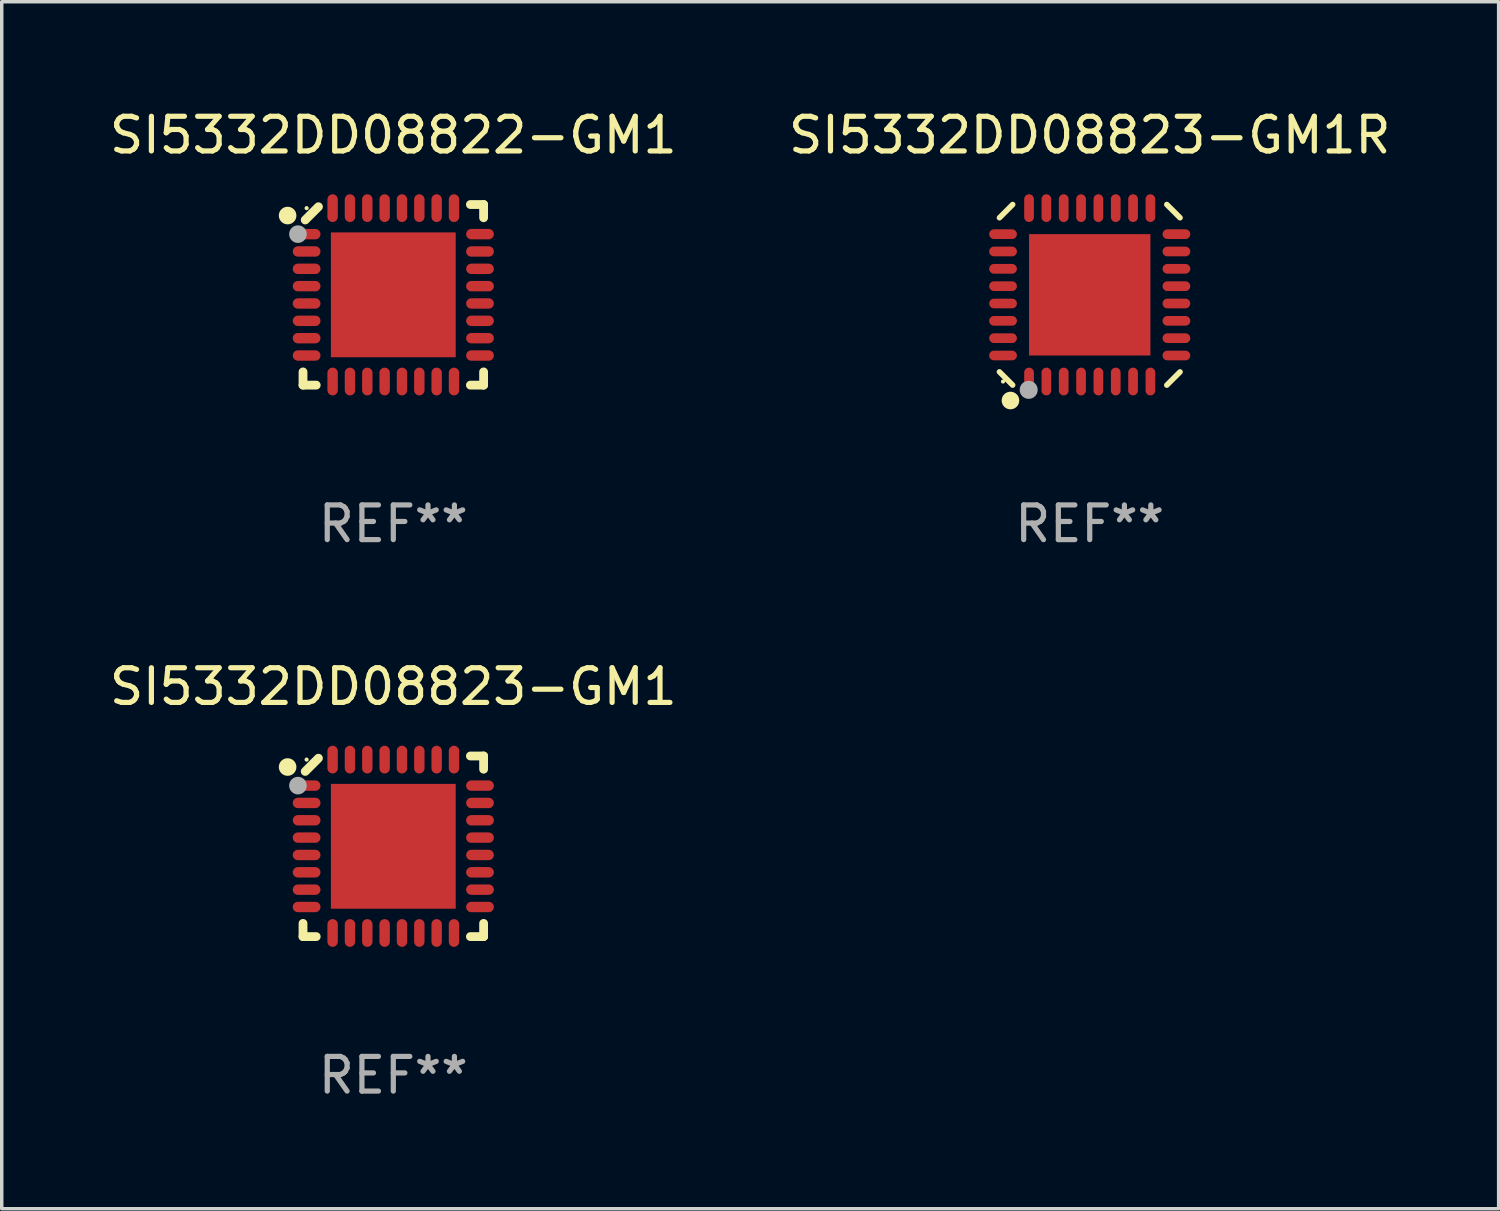
<source format=kicad_pcb>
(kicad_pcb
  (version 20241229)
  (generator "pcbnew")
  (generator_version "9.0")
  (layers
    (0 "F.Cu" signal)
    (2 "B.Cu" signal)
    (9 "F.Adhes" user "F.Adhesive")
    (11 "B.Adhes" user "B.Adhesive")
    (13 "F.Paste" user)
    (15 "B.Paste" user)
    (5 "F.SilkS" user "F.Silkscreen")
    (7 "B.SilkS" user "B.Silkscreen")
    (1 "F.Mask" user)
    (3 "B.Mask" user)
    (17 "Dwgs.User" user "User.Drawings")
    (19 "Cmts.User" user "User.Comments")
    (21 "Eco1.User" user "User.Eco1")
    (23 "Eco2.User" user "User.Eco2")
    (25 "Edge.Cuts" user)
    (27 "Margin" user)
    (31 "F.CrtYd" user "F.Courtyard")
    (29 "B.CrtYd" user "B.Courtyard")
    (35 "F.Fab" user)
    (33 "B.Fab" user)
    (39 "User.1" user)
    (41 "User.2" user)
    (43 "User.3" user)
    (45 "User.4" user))
  (footprint "SI5332DD08823-GM1R"
    (layer "F.Cu")
    (at 28.375 5.452)
    (property "Reference" "SI5332DD08823-GM1R" (at 0 -4.604 0) (layer "F.SilkS") (effects (font (size 1 1) (thickness 0.15))))
    (attr through_hole)
    (fp_line (start -2.223 2.603) (end -2.604 2.222) (stroke (width 0.16) (type solid)) (layer "F.SilkS"))
    (fp_line (start -2.222 -2.604) (end -2.603 -2.223) (stroke (width 0.16) (type solid)) (layer "F.SilkS"))
    (fp_line (start 2.223 -2.604) (end 2.604 -2.223) (stroke (width 0.16) (type solid)) (layer "F.SilkS"))
    (fp_line (start 2.604 2.223) (end 2.223 2.604) (stroke (width 0.16) (type solid)) (layer "F.SilkS"))
    (fp_circle (center -2.5 2.5) (end -2.47 2.5) (stroke (width 0.06) (type solid)) (fill no) (layer "F.SilkS"))
    (fp_circle (center -2.286 3.048) (end -2.159 3.048) (stroke (width 0.254) (type solid)) (fill no) (layer "F.SilkS"))
    (fp_circle (center -1.76 2.74) (end -1.63 2.74) (stroke (width 0.26) (type solid)) (fill no) (layer "F.Fab"))
    (fp_text user "REF**" (at 0 6.604 0) (layer "F.Fab") (effects (font (size 1 1) (thickness 0.15))))
    (pad "1" smd oval (at -1.75 2.5) (size 0.28 0.8) (layers "F.Cu" "F.Mask" "F.Paste"))
    (pad "2" smd oval (at -1.25 2.5) (size 0.28 0.8) (layers "F.Cu" "F.Mask" "F.Paste"))
    (pad "3" smd oval (at -0.75 2.5) (size 0.28 0.8) (layers "F.Cu" "F.Mask" "F.Paste"))
    (pad "4" smd oval (at -0.25 2.5) (size 0.28 0.8) (layers "F.Cu" "F.Mask" "F.Paste"))
    (pad "5" smd oval (at 0.25 2.5) (size 0.28 0.8) (layers "F.Cu" "F.Mask" "F.Paste"))
    (pad "6" smd oval (at 0.75 2.5) (size 0.28 0.8) (layers "F.Cu" "F.Mask" "F.Paste"))
    (pad "7" smd oval (at 1.25 2.5) (size 0.28 0.8) (layers "F.Cu" "F.Mask" "F.Paste"))
    (pad "8" smd oval (at 1.75 2.5) (size 0.28 0.8) (layers "F.Cu" "F.Mask" "F.Paste"))
    (pad "9" smd oval (at 2.5 1.75) (size 0.8 0.28) (layers "F.Cu" "F.Mask" "F.Paste"))
    (pad "10" smd oval (at 2.5 1.25) (size 0.8 0.28) (layers "F.Cu" "F.Mask" "F.Paste"))
    (pad "11" smd oval (at 2.5 0.75) (size 0.8 0.28) (layers "F.Cu" "F.Mask" "F.Paste"))
    (pad "12" smd oval (at 2.5 0.25) (size 0.8 0.28) (layers "F.Cu" "F.Mask" "F.Paste"))
    (pad "13" smd oval (at 2.5 -0.25) (size 0.8 0.28) (layers "F.Cu" "F.Mask" "F.Paste"))
    (pad "14" smd oval (at 2.5 -0.75) (size 0.8 0.28) (layers "F.Cu" "F.Mask" "F.Paste"))
    (pad "15" smd oval (at 2.5 -1.25) (size 0.8 0.28) (layers "F.Cu" "F.Mask" "F.Paste"))
    (pad "16" smd oval (at 2.5 -1.75) (size 0.8 0.28) (layers "F.Cu" "F.Mask" "F.Paste"))
    (pad "17" smd oval (at 1.75 -2.5) (size 0.28 0.8) (layers "F.Cu" "F.Mask" "F.Paste"))
    (pad "18" smd oval (at 1.25 -2.5) (size 0.28 0.8) (layers "F.Cu" "F.Mask" "F.Paste"))
    (pad "19" smd oval (at 0.75 -2.5) (size 0.28 0.8) (layers "F.Cu" "F.Mask" "F.Paste"))
    (pad "20" smd oval (at 0.25 -2.5) (size 0.28 0.8) (layers "F.Cu" "F.Mask" "F.Paste"))
    (pad "21" smd oval (at -0.25 -2.5) (size 0.28 0.8) (layers "F.Cu" "F.Mask" "F.Paste"))
    (pad "22" smd oval (at -0.75 -2.5) (size 0.28 0.8) (layers "F.Cu" "F.Mask" "F.Paste"))
    (pad "23" smd oval (at -1.25 -2.5) (size 0.28 0.8) (layers "F.Cu" "F.Mask" "F.Paste"))
    (pad "24" smd oval (at -1.75 -2.5) (size 0.28 0.8) (layers "F.Cu" "F.Mask" "F.Paste"))
    (pad "25" smd oval (at -2.5 -1.75) (size 0.8 0.28) (layers "F.Cu" "F.Mask" "F.Paste"))
    (pad "26" smd oval (at -2.5 -1.25) (size 0.8 0.28) (layers "F.Cu" "F.Mask" "F.Paste"))
    (pad "27" smd oval (at -2.5 -0.75) (size 0.8 0.28) (layers "F.Cu" "F.Mask" "F.Paste"))
    (pad "28" smd oval (at -2.5 -0.25) (size 0.8 0.28) (layers "F.Cu" "F.Mask" "F.Paste"))
    (pad "29" smd oval (at -2.5 0.25) (size 0.8 0.28) (layers "F.Cu" "F.Mask" "F.Paste"))
    (pad "30" smd oval (at -2.5 0.75) (size 0.8 0.28) (layers "F.Cu" "F.Mask" "F.Paste"))
    (pad "31" smd oval (at -2.5 1.25) (size 0.8 0.28) (layers "F.Cu" "F.Mask" "F.Paste"))
    (pad "32" smd oval (at -2.5 1.75) (size 0.8 0.28) (layers "F.Cu" "F.Mask" "F.Paste"))
    (pad "33" smd rect (at 0.000038 -0.000025) (size 3.5 3.5) (layers "F.Cu" "F.Mask" "F.Paste")))
  (footprint "SI5332DD08822-GM1"
    (layer "F.Cu")
    (at 8.292 5.452)
    (property "Reference" "SI5332DD08822-GM1" (at 0 -4.604 0) (layer "F.SilkS") (effects (font (size 1 1) (thickness 0.15))))
    (attr through_hole)
    (fp_line (start -2.604 2.223) (end -2.604 2.604) (stroke (width 0.254) (type solid)) (layer "F.SilkS"))
    (fp_line (start -2.604 2.604) (end -2.223 2.604) (stroke (width 0.254) (type solid)) (layer "F.SilkS"))
    (fp_line (start -2.159 -2.54) (end -2.54 -2.159) (stroke (width 0.254) (type solid)) (layer "F.SilkS"))
    (fp_line (start 2.223 2.604) (end 2.604 2.604) (stroke (width 0.254) (type solid)) (layer "F.SilkS"))
    (fp_line (start 2.604 -2.604) (end 2.223 -2.604) (stroke (width 0.254) (type solid)) (layer "F.SilkS"))
    (fp_line (start 2.604 -2.223) (end 2.604 -2.604) (stroke (width 0.254) (type solid)) (layer "F.SilkS"))
    (fp_line (start 2.604 2.604) (end 2.604 2.223) (stroke (width 0.254) (type solid)) (layer "F.SilkS"))
    (fp_circle (center -3.048 -2.286) (end -2.921 -2.286) (stroke (width 0.254) (type solid)) (fill no) (layer "F.SilkS"))
    (fp_circle (center -2.5 -2.5) (end -2.47 -2.5) (stroke (width 0.06) (type solid)) (fill no) (layer "F.SilkS"))
    (fp_circle (center -2.75 -1.75) (end -2.623 -1.75) (stroke (width 0.254) (type solid)) (fill no) (layer "F.Fab"))
    (fp_text user "REF**" (at 0 6.604 0) (layer "F.Fab") (effects (font (size 1 1) (thickness 0.15))))
    (pad "1" smd oval (at -2.5 -1.75) (size 0.8 0.3) (layers "F.Cu" "F.Mask" "F.Paste"))
    (pad "2" smd oval (at -2.5 -1.25) (size 0.8 0.3) (layers "F.Cu" "F.Mask" "F.Paste"))
    (pad "3" smd oval (at -2.5 -0.75) (size 0.8 0.3) (layers "F.Cu" "F.Mask" "F.Paste"))
    (pad "4" smd oval (at -2.5 -0.25) (size 0.8 0.3) (layers "F.Cu" "F.Mask" "F.Paste"))
    (pad "5" smd oval (at -2.5 0.25) (size 0.8 0.3) (layers "F.Cu" "F.Mask" "F.Paste"))
    (pad "6" smd oval (at -2.5 0.75) (size 0.8 0.3) (layers "F.Cu" "F.Mask" "F.Paste"))
    (pad "7" smd oval (at -2.5 1.25) (size 0.8 0.3) (layers "F.Cu" "F.Mask" "F.Paste"))
    (pad "8" smd oval (at -2.5 1.75) (size 0.8 0.3) (layers "F.Cu" "F.Mask" "F.Paste"))
    (pad "9" smd oval (at -1.75 2.5) (size 0.3 0.8) (layers "F.Cu" "F.Mask" "F.Paste"))
    (pad "10" smd oval (at -1.25 2.5) (size 0.3 0.8) (layers "F.Cu" "F.Mask" "F.Paste"))
    (pad "11" smd oval (at -0.75 2.5) (size 0.3 0.8) (layers "F.Cu" "F.Mask" "F.Paste"))
    (pad "12" smd oval (at -0.25 2.5) (size 0.3 0.8) (layers "F.Cu" "F.Mask" "F.Paste"))
    (pad "13" smd oval (at 0.25 2.5) (size 0.3 0.8) (layers "F.Cu" "F.Mask" "F.Paste"))
    (pad "14" smd oval (at 0.75 2.5) (size 0.3 0.8) (layers "F.Cu" "F.Mask" "F.Paste"))
    (pad "15" smd oval (at 1.25 2.5) (size 0.3 0.8) (layers "F.Cu" "F.Mask" "F.Paste"))
    (pad "16" smd oval (at 1.75 2.5) (size 0.3 0.8) (layers "F.Cu" "F.Mask" "F.Paste"))
    (pad "17" smd oval (at 2.5 1.75) (size 0.8 0.3) (layers "F.Cu" "F.Mask" "F.Paste"))
    (pad "18" smd oval (at 2.5 1.25) (size 0.8 0.3) (layers "F.Cu" "F.Mask" "F.Paste"))
    (pad "19" smd oval (at 2.5 0.75) (size 0.8 0.3) (layers "F.Cu" "F.Mask" "F.Paste"))
    (pad "20" smd oval (at 2.5 0.25) (size 0.8 0.3) (layers "F.Cu" "F.Mask" "F.Paste"))
    (pad "21" smd oval (at 2.5 -0.25) (size 0.8 0.3) (layers "F.Cu" "F.Mask" "F.Paste"))
    (pad "22" smd oval (at 2.5 -0.75) (size 0.8 0.3) (layers "F.Cu" "F.Mask" "F.Paste"))
    (pad "23" smd oval (at 2.5 -1.25) (size 0.8 0.3) (layers "F.Cu" "F.Mask" "F.Paste"))
    (pad "24" smd oval (at 2.5 -1.75) (size 0.8 0.3) (layers "F.Cu" "F.Mask" "F.Paste"))
    (pad "25" smd oval (at 1.75 -2.5) (size 0.3 0.8) (layers "F.Cu" "F.Mask" "F.Paste"))
    (pad "26" smd oval (at 1.25 -2.5) (size 0.3 0.8) (layers "F.Cu" "F.Mask" "F.Paste"))
    (pad "27" smd oval (at 0.75 -2.5) (size 0.3 0.8) (layers "F.Cu" "F.Mask" "F.Paste"))
    (pad "28" smd oval (at 0.25 -2.5) (size 0.3 0.8) (layers "F.Cu" "F.Mask" "F.Paste"))
    (pad "29" smd oval (at -0.25 -2.5) (size 0.3 0.8) (layers "F.Cu" "F.Mask" "F.Paste"))
    (pad "30" smd oval (at -0.75 -2.5) (size 0.3 0.8) (layers "F.Cu" "F.Mask" "F.Paste"))
    (pad "31" smd oval (at -1.25 -2.5) (size 0.3 0.8) (layers "F.Cu" "F.Mask" "F.Paste"))
    (pad "32" smd oval (at -1.75 -2.5) (size 0.3 0.8) (layers "F.Cu" "F.Mask" "F.Paste"))
    (pad "33" smd rect (at -0.000076 0) (size 3.6 3.6) (layers "F.Cu" "F.Mask" "F.Paste")))
  (footprint "SI5332DD08823-GM1"
    (layer "F.Cu")
    (at 8.292 21.355)
    (property "Reference" "SI5332DD08823-GM1" (at 0 -4.604 0) (layer "F.SilkS") (effects (font (size 1 1) (thickness 0.15))))
    (attr through_hole)
    (fp_line (start -2.604 2.223) (end -2.604 2.604) (stroke (width 0.254) (type solid)) (layer "F.SilkS"))
    (fp_line (start -2.604 2.604) (end -2.223 2.604) (stroke (width 0.254) (type solid)) (layer "F.SilkS"))
    (fp_line (start -2.159 -2.54) (end -2.54 -2.159) (stroke (width 0.254) (type solid)) (layer "F.SilkS"))
    (fp_line (start 2.223 2.604) (end 2.604 2.604) (stroke (width 0.254) (type solid)) (layer "F.SilkS"))
    (fp_line (start 2.604 -2.604) (end 2.223 -2.604) (stroke (width 0.254) (type solid)) (layer "F.SilkS"))
    (fp_line (start 2.604 -2.223) (end 2.604 -2.604) (stroke (width 0.254) (type solid)) (layer "F.SilkS"))
    (fp_line (start 2.604 2.604) (end 2.604 2.223) (stroke (width 0.254) (type solid)) (layer "F.SilkS"))
    (fp_circle (center -3.048 -2.286) (end -2.921 -2.286) (stroke (width 0.254) (type solid)) (fill no) (layer "F.SilkS"))
    (fp_circle (center -2.5 -2.5) (end -2.47 -2.5) (stroke (width 0.06) (type solid)) (fill no) (layer "F.SilkS"))
    (fp_circle (center -2.75 -1.75) (end -2.623 -1.75) (stroke (width 0.254) (type solid)) (fill no) (layer "F.Fab"))
    (fp_text user "REF**" (at 0 6.604 0) (layer "F.Fab") (effects (font (size 1 1) (thickness 0.15))))
    (pad "1" smd oval (at -2.5 -1.75) (size 0.8 0.3) (layers "F.Cu" "F.Mask" "F.Paste"))
    (pad "2" smd oval (at -2.5 -1.25) (size 0.8 0.3) (layers "F.Cu" "F.Mask" "F.Paste"))
    (pad "3" smd oval (at -2.5 -0.75) (size 0.8 0.3) (layers "F.Cu" "F.Mask" "F.Paste"))
    (pad "4" smd oval (at -2.5 -0.25) (size 0.8 0.3) (layers "F.Cu" "F.Mask" "F.Paste"))
    (pad "5" smd oval (at -2.5 0.25) (size 0.8 0.3) (layers "F.Cu" "F.Mask" "F.Paste"))
    (pad "6" smd oval (at -2.5 0.75) (size 0.8 0.3) (layers "F.Cu" "F.Mask" "F.Paste"))
    (pad "7" smd oval (at -2.5 1.25) (size 0.8 0.3) (layers "F.Cu" "F.Mask" "F.Paste"))
    (pad "8" smd oval (at -2.5 1.75) (size 0.8 0.3) (layers "F.Cu" "F.Mask" "F.Paste"))
    (pad "9" smd oval (at -1.75 2.5) (size 0.3 0.8) (layers "F.Cu" "F.Mask" "F.Paste"))
    (pad "10" smd oval (at -1.25 2.5) (size 0.3 0.8) (layers "F.Cu" "F.Mask" "F.Paste"))
    (pad "11" smd oval (at -0.75 2.5) (size 0.3 0.8) (layers "F.Cu" "F.Mask" "F.Paste"))
    (pad "12" smd oval (at -0.25 2.5) (size 0.3 0.8) (layers "F.Cu" "F.Mask" "F.Paste"))
    (pad "13" smd oval (at 0.25 2.5) (size 0.3 0.8) (layers "F.Cu" "F.Mask" "F.Paste"))
    (pad "14" smd oval (at 0.75 2.5) (size 0.3 0.8) (layers "F.Cu" "F.Mask" "F.Paste"))
    (pad "15" smd oval (at 1.25 2.5) (size 0.3 0.8) (layers "F.Cu" "F.Mask" "F.Paste"))
    (pad "16" smd oval (at 1.75 2.5) (size 0.3 0.8) (layers "F.Cu" "F.Mask" "F.Paste"))
    (pad "17" smd oval (at 2.5 1.75) (size 0.8 0.3) (layers "F.Cu" "F.Mask" "F.Paste"))
    (pad "18" smd oval (at 2.5 1.25) (size 0.8 0.3) (layers "F.Cu" "F.Mask" "F.Paste"))
    (pad "19" smd oval (at 2.5 0.75) (size 0.8 0.3) (layers "F.Cu" "F.Mask" "F.Paste"))
    (pad "20" smd oval (at 2.5 0.25) (size 0.8 0.3) (layers "F.Cu" "F.Mask" "F.Paste"))
    (pad "21" smd oval (at 2.5 -0.25) (size 0.8 0.3) (layers "F.Cu" "F.Mask" "F.Paste"))
    (pad "22" smd oval (at 2.5 -0.75) (size 0.8 0.3) (layers "F.Cu" "F.Mask" "F.Paste"))
    (pad "23" smd oval (at 2.5 -1.25) (size 0.8 0.3) (layers "F.Cu" "F.Mask" "F.Paste"))
    (pad "24" smd oval (at 2.5 -1.75) (size 0.8 0.3) (layers "F.Cu" "F.Mask" "F.Paste"))
    (pad "25" smd oval (at 1.75 -2.5) (size 0.3 0.8) (layers "F.Cu" "F.Mask" "F.Paste"))
    (pad "26" smd oval (at 1.25 -2.5) (size 0.3 0.8) (layers "F.Cu" "F.Mask" "F.Paste"))
    (pad "27" smd oval (at 0.75 -2.5) (size 0.3 0.8) (layers "F.Cu" "F.Mask" "F.Paste"))
    (pad "28" smd oval (at 0.25 -2.5) (size 0.3 0.8) (layers "F.Cu" "F.Mask" "F.Paste"))
    (pad "29" smd oval (at -0.25 -2.5) (size 0.3 0.8) (layers "F.Cu" "F.Mask" "F.Paste"))
    (pad "30" smd oval (at -0.75 -2.5) (size 0.3 0.8) (layers "F.Cu" "F.Mask" "F.Paste"))
    (pad "31" smd oval (at -1.25 -2.5) (size 0.3 0.8) (layers "F.Cu" "F.Mask" "F.Paste"))
    (pad "32" smd oval (at -1.75 -2.5) (size 0.3 0.8) (layers "F.Cu" "F.Mask" "F.Paste"))
    (pad "33" smd rect (at -0.000076 0) (size 3.6 3.6) (layers "F.Cu" "F.Mask" "F.Paste")))
  (gr_rect
    (start -3 -3)
    (end 40.167 31.807)
    (stroke (width 0.1) (type default))
    (fill no)
    (layer "Edge.Cuts")))
</source>
